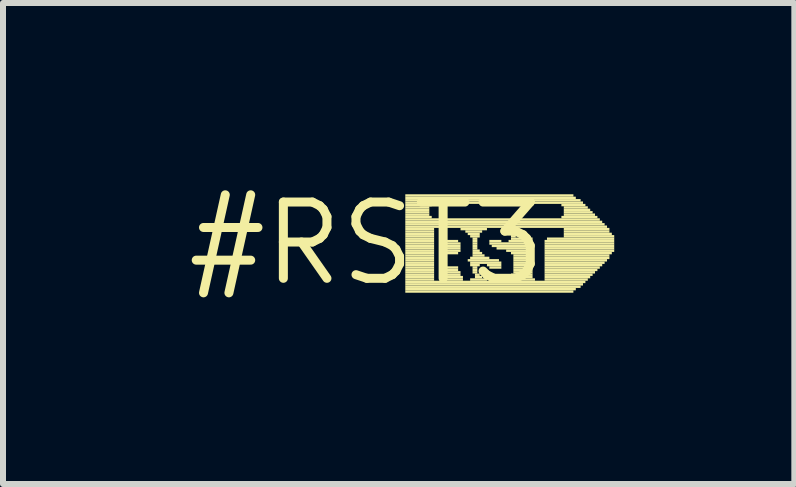
<source format=kicad_pcb>
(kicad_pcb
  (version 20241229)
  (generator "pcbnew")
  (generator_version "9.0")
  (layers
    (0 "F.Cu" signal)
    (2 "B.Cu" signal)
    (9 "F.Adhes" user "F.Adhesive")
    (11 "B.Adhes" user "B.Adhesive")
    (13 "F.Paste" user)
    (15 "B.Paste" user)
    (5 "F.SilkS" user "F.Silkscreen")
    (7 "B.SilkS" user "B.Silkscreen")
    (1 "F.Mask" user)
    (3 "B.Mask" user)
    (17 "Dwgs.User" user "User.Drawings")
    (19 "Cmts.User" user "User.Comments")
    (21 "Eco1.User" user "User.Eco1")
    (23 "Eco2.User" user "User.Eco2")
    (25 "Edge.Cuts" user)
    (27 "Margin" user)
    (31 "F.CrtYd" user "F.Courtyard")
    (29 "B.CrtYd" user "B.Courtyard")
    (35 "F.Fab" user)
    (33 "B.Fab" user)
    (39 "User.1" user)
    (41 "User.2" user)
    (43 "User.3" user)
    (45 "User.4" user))
  (footprint "#RST3"
    (layer "F.Cu")
    (at 3.061 1.006)
    (property "Reference" "#RST3" (at 0 0 0) (layer "F.SilkS") (effects (font (size 1.27 1.27) (thickness 0.15))))
    (attr through_hole)
    (fp_poly (pts (xy 0.64 -0.78) (xy 3.44 -0.78) (xy 3.44 -0.82) (xy 0.64 -0.82)) (stroke (width 0) (type solid)) (fill yes) (layer "F.SilkS"))
    (fp_poly (pts (xy 0.64 -0.74) (xy 3.48 -0.74) (xy 3.48 -0.78) (xy 0.64 -0.78)) (stroke (width 0) (type solid)) (fill yes) (layer "F.SilkS"))
    (fp_poly (pts (xy 0.64 -0.7) (xy 3.56 -0.7) (xy 3.56 -0.74) (xy 0.64 -0.74)) (stroke (width 0) (type solid)) (fill yes) (layer "F.SilkS"))
    (fp_poly (pts (xy 0.64 -0.66) (xy 3.6 -0.66) (xy 3.6 -0.7) (xy 0.64 -0.7)) (stroke (width 0) (type solid)) (fill yes) (layer "F.SilkS"))
    (fp_poly (pts (xy 0.64 -0.62) (xy 1.08 -0.62) (xy 1.08 -0.66) (xy 0.64 -0.66)) (stroke (width 0) (type solid)) (fill yes) (layer "F.SilkS"))
    (fp_poly (pts (xy 0.64 -0.58) (xy 1.04 -0.58) (xy 1.04 -0.62) (xy 0.64 -0.62)) (stroke (width 0) (type solid)) (fill yes) (layer "F.SilkS"))
    (fp_poly (pts (xy 0.64 -0.54) (xy 1.04 -0.54) (xy 1.04 -0.58) (xy 0.64 -0.58)) (stroke (width 0) (type solid)) (fill yes) (layer "F.SilkS"))
    (fp_poly (pts (xy 0.64 -0.5) (xy 1.04 -0.5) (xy 1.04 -0.54) (xy 0.64 -0.54)) (stroke (width 0) (type solid)) (fill yes) (layer "F.SilkS"))
    (fp_poly (pts (xy 0.64 -0.46) (xy 1.04 -0.46) (xy 1.04 -0.5) (xy 0.64 -0.5)) (stroke (width 0) (type solid)) (fill yes) (layer "F.SilkS"))
    (fp_poly (pts (xy 0.64 -0.42) (xy 1.08 -0.42) (xy 1.08 -0.46) (xy 0.64 -0.46)) (stroke (width 0) (type solid)) (fill yes) (layer "F.SilkS"))
    (fp_poly (pts (xy 0.64 -0.38) (xy 3.88 -0.38) (xy 3.88 -0.42) (xy 0.64 -0.42)) (stroke (width 0) (type solid)) (fill yes) (layer "F.SilkS"))
    (fp_poly (pts (xy 0.64 -0.34) (xy 3.92 -0.34) (xy 3.92 -0.38) (xy 0.64 -0.38)) (stroke (width 0) (type solid)) (fill yes) (layer "F.SilkS"))
    (fp_poly (pts (xy 0.64 -0.3) (xy 3.96 -0.3) (xy 3.96 -0.34) (xy 0.64 -0.34)) (stroke (width 0) (type solid)) (fill yes) (layer "F.SilkS"))
    (fp_poly (pts (xy 0.64 -0.26) (xy 4 -0.26) (xy 4 -0.3) (xy 0.64 -0.3)) (stroke (width 0) (type solid)) (fill yes) (layer "F.SilkS"))
    (fp_poly (pts (xy 0.64 -0.22) (xy 1.12 -0.22) (xy 1.12 -0.26) (xy 0.64 -0.26)) (stroke (width 0) (type solid)) (fill yes) (layer "F.SilkS"))
    (fp_poly (pts (xy 0.64 -0.18) (xy 1.12 -0.18) (xy 1.12 -0.22) (xy 0.64 -0.22)) (stroke (width 0) (type solid)) (fill yes) (layer "F.SilkS"))
    (fp_poly (pts (xy 0.64 -0.14) (xy 1.12 -0.14) (xy 1.12 -0.18) (xy 0.64 -0.18)) (stroke (width 0) (type solid)) (fill yes) (layer "F.SilkS"))
    (fp_poly (pts (xy 0.64 -0.1) (xy 1.12 -0.1) (xy 1.12 -0.14) (xy 0.64 -0.14)) (stroke (width 0) (type solid)) (fill yes) (layer "F.SilkS"))
    (fp_poly (pts (xy 0.64 -0.06) (xy 1.12 -0.06) (xy 1.12 -0.1) (xy 0.64 -0.1)) (stroke (width 0) (type solid)) (fill yes) (layer "F.SilkS"))
    (fp_poly (pts (xy 0.64 -0.02) (xy 1.12 -0.02) (xy 1.12 -0.06) (xy 0.64 -0.06)) (stroke (width 0) (type solid)) (fill yes) (layer "F.SilkS"))
    (fp_poly (pts (xy 0.64 0.02) (xy 1.12 0.02) (xy 1.12 -0.02) (xy 0.64 -0.02)) (stroke (width 0) (type solid)) (fill yes) (layer "F.SilkS"))
    (fp_poly (pts (xy 0.64 0.06) (xy 1.12 0.06) (xy 1.12 0.02) (xy 0.64 0.02)) (stroke (width 0) (type solid)) (fill yes) (layer "F.SilkS"))
    (fp_poly (pts (xy 0.64 0.1) (xy 1.12 0.1) (xy 1.12 0.06) (xy 0.64 0.06)) (stroke (width 0) (type solid)) (fill yes) (layer "F.SilkS"))
    (fp_poly (pts (xy 0.64 0.14) (xy 1.12 0.14) (xy 1.12 0.1) (xy 0.64 0.1)) (stroke (width 0) (type solid)) (fill yes) (layer "F.SilkS"))
    (fp_poly (pts (xy 0.64 0.18) (xy 1.12 0.18) (xy 1.12 0.14) (xy 0.64 0.14)) (stroke (width 0) (type solid)) (fill yes) (layer "F.SilkS"))
    (fp_poly (pts (xy 0.64 0.22) (xy 1.12 0.22) (xy 1.12 0.18) (xy 0.64 0.18)) (stroke (width 0) (type solid)) (fill yes) (layer "F.SilkS"))
    (fp_poly (pts (xy 0.64 0.26) (xy 1.12 0.26) (xy 1.12 0.22) (xy 0.64 0.22)) (stroke (width 0) (type solid)) (fill yes) (layer "F.SilkS"))
    (fp_poly (pts (xy 0.64 0.3) (xy 1.12 0.3) (xy 1.12 0.26) (xy 0.64 0.26)) (stroke (width 0) (type solid)) (fill yes) (layer "F.SilkS"))
    (fp_poly (pts (xy 0.64 0.34) (xy 1.12 0.34) (xy 1.12 0.3) (xy 0.64 0.3)) (stroke (width 0) (type solid)) (fill yes) (layer "F.SilkS"))
    (fp_poly (pts (xy 0.64 0.38) (xy 1.12 0.38) (xy 1.12 0.34) (xy 0.64 0.34)) (stroke (width 0) (type solid)) (fill yes) (layer "F.SilkS"))
    (fp_poly (pts (xy 0.64 0.42) (xy 1.12 0.42) (xy 1.12 0.38) (xy 0.64 0.38)) (stroke (width 0) (type solid)) (fill yes) (layer "F.SilkS"))
    (fp_poly (pts (xy 0.64 0.46) (xy 1.12 0.46) (xy 1.12 0.42) (xy 0.64 0.42)) (stroke (width 0) (type solid)) (fill yes) (layer "F.SilkS"))
    (fp_poly (pts (xy 0.64 0.5) (xy 1.12 0.5) (xy 1.12 0.46) (xy 0.64 0.46)) (stroke (width 0) (type solid)) (fill yes) (layer "F.SilkS"))
    (fp_poly (pts (xy 0.64 0.54) (xy 1.12 0.54) (xy 1.12 0.5) (xy 0.64 0.5)) (stroke (width 0) (type solid)) (fill yes) (layer "F.SilkS"))
    (fp_poly (pts (xy 0.64 0.58) (xy 1.12 0.58) (xy 1.12 0.54) (xy 0.64 0.54)) (stroke (width 0) (type solid)) (fill yes) (layer "F.SilkS"))
    (fp_poly (pts (xy 0.64 0.62) (xy 1.12 0.62) (xy 1.12 0.58) (xy 0.64 0.58)) (stroke (width 0) (type solid)) (fill yes) (layer "F.SilkS"))
    (fp_poly (pts (xy 0.64 0.66) (xy 3.64 0.66) (xy 3.64 0.62) (xy 0.64 0.62)) (stroke (width 0) (type solid)) (fill yes) (layer "F.SilkS"))
    (fp_poly (pts (xy 0.64 0.7) (xy 3.6 0.7) (xy 3.6 0.66) (xy 0.64 0.66)) (stroke (width 0) (type solid)) (fill yes) (layer "F.SilkS"))
    (fp_poly (pts (xy 0.64 0.74) (xy 3.56 0.74) (xy 3.56 0.7) (xy 0.64 0.7)) (stroke (width 0) (type solid)) (fill yes) (layer "F.SilkS"))
    (fp_poly (pts (xy 0.64 0.78) (xy 3.48 0.78) (xy 3.48 0.74) (xy 0.64 0.74)) (stroke (width 0) (type solid)) (fill yes) (layer "F.SilkS"))
    (fp_poly (pts (xy 0.64 0.82) (xy 3.44 0.82) (xy 3.44 0.78) (xy 0.64 0.78)) (stroke (width 0) (type solid)) (fill yes) (layer "F.SilkS"))
    (fp_poly (pts (xy 1.28 0.62) (xy 1.6 0.62) (xy 1.6 0.58) (xy 1.28 0.58)) (stroke (width 0) (type solid)) (fill yes) (layer "F.SilkS"))
    (fp_poly (pts (xy 1.32 -0.02) (xy 1.52 -0.02) (xy 1.52 -0.06) (xy 1.32 -0.06)) (stroke (width 0) (type solid)) (fill yes) (layer "F.SilkS"))
    (fp_poly (pts (xy 1.32 0.02) (xy 1.56 0.02) (xy 1.56 -0.02) (xy 1.32 -0.02)) (stroke (width 0) (type solid)) (fill yes) (layer "F.SilkS"))
    (fp_poly (pts (xy 1.32 0.06) (xy 1.56 0.06) (xy 1.56 0.02) (xy 1.32 0.02)) (stroke (width 0) (type solid)) (fill yes) (layer "F.SilkS"))
    (fp_poly (pts (xy 1.32 0.1) (xy 1.56 0.1) (xy 1.56 0.06) (xy 1.32 0.06)) (stroke (width 0) (type solid)) (fill yes) (layer "F.SilkS"))
    (fp_poly (pts (xy 1.32 0.14) (xy 1.56 0.14) (xy 1.56 0.1) (xy 1.32 0.1)) (stroke (width 0) (type solid)) (fill yes) (layer "F.SilkS"))
    (fp_poly (pts (xy 1.32 0.18) (xy 1.52 0.18) (xy 1.52 0.14) (xy 1.32 0.14)) (stroke (width 0) (type solid)) (fill yes) (layer "F.SilkS"))
    (fp_poly (pts (xy 1.32 0.42) (xy 1.52 0.42) (xy 1.52 0.38) (xy 1.32 0.38)) (stroke (width 0) (type solid)) (fill yes) (layer "F.SilkS"))
    (fp_poly (pts (xy 1.32 0.46) (xy 1.52 0.46) (xy 1.52 0.42) (xy 1.32 0.42)) (stroke (width 0) (type solid)) (fill yes) (layer "F.SilkS"))
    (fp_poly (pts (xy 1.32 0.5) (xy 1.56 0.5) (xy 1.56 0.46) (xy 1.32 0.46)) (stroke (width 0) (type solid)) (fill yes) (layer "F.SilkS"))
    (fp_poly (pts (xy 1.32 0.54) (xy 1.56 0.54) (xy 1.56 0.5) (xy 1.32 0.5)) (stroke (width 0) (type solid)) (fill yes) (layer "F.SilkS"))
    (fp_poly (pts (xy 1.32 0.58) (xy 1.6 0.58) (xy 1.6 0.54) (xy 1.32 0.54)) (stroke (width 0) (type solid)) (fill yes) (layer "F.SilkS"))
    (fp_poly (pts (xy 1.56 -0.22) (xy 2 -0.22) (xy 2 -0.26) (xy 1.56 -0.26)) (stroke (width 0) (type solid)) (fill yes) (layer "F.SilkS"))
    (fp_poly (pts (xy 1.64 -0.18) (xy 1.92 -0.18) (xy 1.92 -0.22) (xy 1.64 -0.22)) (stroke (width 0) (type solid)) (fill yes) (layer "F.SilkS"))
    (fp_poly (pts (xy 1.68 -0.14) (xy 1.88 -0.14) (xy 1.88 -0.18) (xy 1.68 -0.18)) (stroke (width 0) (type solid)) (fill yes) (layer "F.SilkS"))
    (fp_poly (pts (xy 1.68 0.3) (xy 2.2 0.3) (xy 2.2 0.26) (xy 1.68 0.26)) (stroke (width 0) (type solid)) (fill yes) (layer "F.SilkS"))
    (fp_poly (pts (xy 1.72 -0.1) (xy 1.88 -0.1) (xy 1.88 -0.14) (xy 1.72 -0.14)) (stroke (width 0) (type solid)) (fill yes) (layer "F.SilkS"))
    (fp_poly (pts (xy 1.72 0.26) (xy 2.04 0.26) (xy 2.04 0.22) (xy 1.72 0.22)) (stroke (width 0) (type solid)) (fill yes) (layer "F.SilkS"))
    (fp_poly (pts (xy 1.72 0.34) (xy 2.24 0.34) (xy 2.24 0.3) (xy 1.72 0.3)) (stroke (width 0) (type solid)) (fill yes) (layer "F.SilkS"))
    (fp_poly (pts (xy 1.72 0.38) (xy 1.88 0.38) (xy 1.88 0.34) (xy 1.72 0.34)) (stroke (width 0) (type solid)) (fill yes) (layer "F.SilkS"))
    (fp_poly (pts (xy 1.72 0.62) (xy 2 0.62) (xy 2 0.58) (xy 1.72 0.58)) (stroke (width 0) (type solid)) (fill yes) (layer "F.SilkS"))
    (fp_poly (pts (xy 1.76 -0.06) (xy 1.84 -0.06) (xy 1.84 -0.1) (xy 1.76 -0.1)) (stroke (width 0) (type solid)) (fill yes) (layer "F.SilkS"))
    (fp_poly (pts (xy 1.76 -0.02) (xy 1.84 -0.02) (xy 1.84 -0.06) (xy 1.76 -0.06)) (stroke (width 0) (type solid)) (fill yes) (layer "F.SilkS"))
    (fp_poly (pts (xy 1.76 0.02) (xy 1.84 0.02) (xy 1.84 -0.02) (xy 1.76 -0.02)) (stroke (width 0) (type solid)) (fill yes) (layer "F.SilkS"))
    (fp_poly (pts (xy 1.76 0.06) (xy 1.84 0.06) (xy 1.84 0.02) (xy 1.76 0.02)) (stroke (width 0) (type solid)) (fill yes) (layer "F.SilkS"))
    (fp_poly (pts (xy 1.76 0.1) (xy 1.84 0.1) (xy 1.84 0.06) (xy 1.76 0.06)) (stroke (width 0) (type solid)) (fill yes) (layer "F.SilkS"))
    (fp_poly (pts (xy 1.76 0.14) (xy 1.88 0.14) (xy 1.88 0.1) (xy 1.76 0.1)) (stroke (width 0) (type solid)) (fill yes) (layer "F.SilkS"))
    (fp_poly (pts (xy 1.76 0.18) (xy 1.92 0.18) (xy 1.92 0.14) (xy 1.76 0.14)) (stroke (width 0) (type solid)) (fill yes) (layer "F.SilkS"))
    (fp_poly (pts (xy 1.76 0.22) (xy 1.96 0.22) (xy 1.96 0.18) (xy 1.76 0.18)) (stroke (width 0) (type solid)) (fill yes) (layer "F.SilkS"))
    (fp_poly (pts (xy 1.76 0.42) (xy 1.84 0.42) (xy 1.84 0.38) (xy 1.76 0.38)) (stroke (width 0) (type solid)) (fill yes) (layer "F.SilkS"))
    (fp_poly (pts (xy 1.76 0.46) (xy 1.84 0.46) (xy 1.84 0.42) (xy 1.76 0.42)) (stroke (width 0) (type solid)) (fill yes) (layer "F.SilkS"))
    (fp_poly (pts (xy 1.76 0.5) (xy 1.84 0.5) (xy 1.84 0.46) (xy 1.76 0.46)) (stroke (width 0) (type solid)) (fill yes) (layer "F.SilkS"))
    (fp_poly (pts (xy 1.8 0.54) (xy 1.88 0.54) (xy 1.88 0.5) (xy 1.8 0.5)) (stroke (width 0) (type solid)) (fill yes) (layer "F.SilkS"))
    (fp_poly (pts (xy 1.8 0.58) (xy 1.92 0.58) (xy 1.92 0.54) (xy 1.8 0.54)) (stroke (width 0) (type solid)) (fill yes) (layer "F.SilkS"))
    (fp_poly (pts (xy 2 0.38) (xy 2.24 0.38) (xy 2.24 0.34) (xy 2 0.34)) (stroke (width 0) (type solid)) (fill yes) (layer "F.SilkS"))
    (fp_poly (pts (xy 2.04 -0.02) (xy 2.24 -0.02) (xy 2.24 -0.06) (xy 2.04 -0.06)) (stroke (width 0) (type solid)) (fill yes) (layer "F.SilkS"))
    (fp_poly (pts (xy 2.04 0.02) (xy 2.76 0.02) (xy 2.76 -0.02) (xy 2.04 -0.02)) (stroke (width 0) (type solid)) (fill yes) (layer "F.SilkS"))
    (fp_poly (pts (xy 2.04 0.42) (xy 2.24 0.42) (xy 2.24 0.38) (xy 2.04 0.38)) (stroke (width 0) (type solid)) (fill yes) (layer "F.SilkS"))
    (fp_poly (pts (xy 2.08 0.06) (xy 2.76 0.06) (xy 2.76 0.02) (xy 2.08 0.02)) (stroke (width 0) (type solid)) (fill yes) (layer "F.SilkS"))
    (fp_poly (pts (xy 2.16 0.1) (xy 2.76 0.1) (xy 2.76 0.06) (xy 2.16 0.06)) (stroke (width 0) (type solid)) (fill yes) (layer "F.SilkS"))
    (fp_poly (pts (xy 2.28 0.62) (xy 2.8 0.62) (xy 2.8 0.58) (xy 2.28 0.58)) (stroke (width 0) (type solid)) (fill yes) (layer "F.SilkS"))
    (fp_poly (pts (xy 2.32 -0.22) (xy 2.48 -0.22) (xy 2.48 -0.26) (xy 2.32 -0.26)) (stroke (width 0) (type solid)) (fill yes) (layer "F.SilkS"))
    (fp_poly (pts (xy 2.32 0.14) (xy 2.76 0.14) (xy 2.76 0.1) (xy 2.32 0.1)) (stroke (width 0) (type solid)) (fill yes) (layer "F.SilkS"))
    (fp_poly (pts (xy 2.36 -0.18) (xy 2.44 -0.18) (xy 2.44 -0.22) (xy 2.36 -0.22)) (stroke (width 0) (type solid)) (fill yes) (layer "F.SilkS"))
    (fp_poly (pts (xy 2.36 -0.02) (xy 2.76 -0.02) (xy 2.76 -0.06) (xy 2.36 -0.06)) (stroke (width 0) (type solid)) (fill yes) (layer "F.SilkS"))
    (fp_poly (pts (xy 2.36 0.58) (xy 2.76 0.58) (xy 2.76 0.54) (xy 2.36 0.54)) (stroke (width 0) (type solid)) (fill yes) (layer "F.SilkS"))
    (fp_poly (pts (xy 2.4 -0.14) (xy 2.44 -0.14) (xy 2.44 -0.18) (xy 2.4 -0.18)) (stroke (width 0) (type solid)) (fill yes) (layer "F.SilkS"))
    (fp_poly (pts (xy 2.4 -0.1) (xy 2.48 -0.1) (xy 2.48 -0.14) (xy 2.4 -0.14)) (stroke (width 0) (type solid)) (fill yes) (layer "F.SilkS"))
    (fp_poly (pts (xy 2.4 -0.06) (xy 2.76 -0.06) (xy 2.76 -0.1) (xy 2.4 -0.1)) (stroke (width 0) (type solid)) (fill yes) (layer "F.SilkS"))
    (fp_poly (pts (xy 2.4 0.18) (xy 2.76 0.18) (xy 2.76 0.14) (xy 2.4 0.14)) (stroke (width 0) (type solid)) (fill yes) (layer "F.SilkS"))
    (fp_poly (pts (xy 2.4 0.54) (xy 2.76 0.54) (xy 2.76 0.5) (xy 2.4 0.5)) (stroke (width 0) (type solid)) (fill yes) (layer "F.SilkS"))
    (fp_poly (pts (xy 2.44 0.22) (xy 2.76 0.22) (xy 2.76 0.18) (xy 2.44 0.18)) (stroke (width 0) (type solid)) (fill yes) (layer "F.SilkS"))
    (fp_poly (pts (xy 2.44 0.26) (xy 2.76 0.26) (xy 2.76 0.22) (xy 2.44 0.22)) (stroke (width 0) (type solid)) (fill yes) (layer "F.SilkS"))
    (fp_poly (pts (xy 2.44 0.3) (xy 2.76 0.3) (xy 2.76 0.26) (xy 2.44 0.26)) (stroke (width 0) (type solid)) (fill yes) (layer "F.SilkS"))
    (fp_poly (pts (xy 2.44 0.34) (xy 2.76 0.34) (xy 2.76 0.3) (xy 2.44 0.3)) (stroke (width 0) (type solid)) (fill yes) (layer "F.SilkS"))
    (fp_poly (pts (xy 2.44 0.38) (xy 2.76 0.38) (xy 2.76 0.34) (xy 2.44 0.34)) (stroke (width 0) (type solid)) (fill yes) (layer "F.SilkS"))
    (fp_poly (pts (xy 2.44 0.42) (xy 2.76 0.42) (xy 2.76 0.38) (xy 2.44 0.38)) (stroke (width 0) (type solid)) (fill yes) (layer "F.SilkS"))
    (fp_poly (pts (xy 2.44 0.46) (xy 2.76 0.46) (xy 2.76 0.42) (xy 2.44 0.42)) (stroke (width 0) (type solid)) (fill yes) (layer "F.SilkS"))
    (fp_poly (pts (xy 2.44 0.5) (xy 2.76 0.5) (xy 2.76 0.46) (xy 2.44 0.46)) (stroke (width 0) (type solid)) (fill yes) (layer "F.SilkS"))
    (fp_poly (pts (xy 2.96 -0.02) (xy 4.12 -0.02) (xy 4.12 -0.06) (xy 2.96 -0.06)) (stroke (width 0) (type solid)) (fill yes) (layer "F.SilkS"))
    (fp_poly (pts (xy 2.96 0.02) (xy 4.12 0.02) (xy 4.12 -0.02) (xy 2.96 -0.02)) (stroke (width 0) (type solid)) (fill yes) (layer "F.SilkS"))
    (fp_poly (pts (xy 2.96 0.06) (xy 4.12 0.06) (xy 4.12 0.02) (xy 2.96 0.02)) (stroke (width 0) (type solid)) (fill yes) (layer "F.SilkS"))
    (fp_poly (pts (xy 2.96 0.1) (xy 4.12 0.1) (xy 4.12 0.06) (xy 2.96 0.06)) (stroke (width 0) (type solid)) (fill yes) (layer "F.SilkS"))
    (fp_poly (pts (xy 2.96 0.14) (xy 4.12 0.14) (xy 4.12 0.1) (xy 2.96 0.1)) (stroke (width 0) (type solid)) (fill yes) (layer "F.SilkS"))
    (fp_poly (pts (xy 2.96 0.18) (xy 4.08 0.18) (xy 4.08 0.14) (xy 2.96 0.14)) (stroke (width 0) (type solid)) (fill yes) (layer "F.SilkS"))
    (fp_poly (pts (xy 2.96 0.22) (xy 4.04 0.22) (xy 4.04 0.18) (xy 2.96 0.18)) (stroke (width 0) (type solid)) (fill yes) (layer "F.SilkS"))
    (fp_poly (pts (xy 2.96 0.26) (xy 4.04 0.26) (xy 4.04 0.22) (xy 2.96 0.22)) (stroke (width 0) (type solid)) (fill yes) (layer "F.SilkS"))
    (fp_poly (pts (xy 2.96 0.3) (xy 4 0.3) (xy 4 0.26) (xy 2.96 0.26)) (stroke (width 0) (type solid)) (fill yes) (layer "F.SilkS"))
    (fp_poly (pts (xy 2.96 0.34) (xy 3.96 0.34) (xy 3.96 0.3) (xy 2.96 0.3)) (stroke (width 0) (type solid)) (fill yes) (layer "F.SilkS"))
    (fp_poly (pts (xy 2.96 0.38) (xy 3.92 0.38) (xy 3.92 0.34) (xy 2.96 0.34)) (stroke (width 0) (type solid)) (fill yes) (layer "F.SilkS"))
    (fp_poly (pts (xy 2.96 0.42) (xy 3.88 0.42) (xy 3.88 0.38) (xy 2.96 0.38)) (stroke (width 0) (type solid)) (fill yes) (layer "F.SilkS"))
    (fp_poly (pts (xy 2.96 0.46) (xy 3.84 0.46) (xy 3.84 0.42) (xy 2.96 0.42)) (stroke (width 0) (type solid)) (fill yes) (layer "F.SilkS"))
    (fp_poly (pts (xy 2.96 0.5) (xy 3.8 0.5) (xy 3.8 0.46) (xy 2.96 0.46)) (stroke (width 0) (type solid)) (fill yes) (layer "F.SilkS"))
    (fp_poly (pts (xy 2.96 0.54) (xy 3.76 0.54) (xy 3.76 0.5) (xy 2.96 0.5)) (stroke (width 0) (type solid)) (fill yes) (layer "F.SilkS"))
    (fp_poly (pts (xy 2.96 0.58) (xy 3.72 0.58) (xy 3.72 0.54) (xy 2.96 0.54)) (stroke (width 0) (type solid)) (fill yes) (layer "F.SilkS"))
    (fp_poly (pts (xy 2.96 0.62) (xy 3.68 0.62) (xy 3.68 0.58) (xy 2.96 0.58)) (stroke (width 0) (type solid)) (fill yes) (layer "F.SilkS"))
    (fp_poly (pts (xy 3 -0.06) (xy 4.12 -0.06) (xy 4.12 -0.1) (xy 3 -0.1)) (stroke (width 0) (type solid)) (fill yes) (layer "F.SilkS"))
    (fp_poly (pts (xy 3.24 -0.62) (xy 3.64 -0.62) (xy 3.64 -0.66) (xy 3.24 -0.66)) (stroke (width 0) (type solid)) (fill yes) (layer "F.SilkS"))
    (fp_poly (pts (xy 3.24 -0.42) (xy 3.84 -0.42) (xy 3.84 -0.46) (xy 3.24 -0.46)) (stroke (width 0) (type solid)) (fill yes) (layer "F.SilkS"))
    (fp_poly (pts (xy 3.28 -0.58) (xy 3.68 -0.58) (xy 3.68 -0.62) (xy 3.28 -0.62)) (stroke (width 0) (type solid)) (fill yes) (layer "F.SilkS"))
    (fp_poly (pts (xy 3.28 -0.54) (xy 3.72 -0.54) (xy 3.72 -0.58) (xy 3.28 -0.58)) (stroke (width 0) (type solid)) (fill yes) (layer "F.SilkS"))
    (fp_poly (pts (xy 3.28 -0.5) (xy 3.76 -0.5) (xy 3.76 -0.54) (xy 3.28 -0.54)) (stroke (width 0) (type solid)) (fill yes) (layer "F.SilkS"))
    (fp_poly (pts (xy 3.28 -0.46) (xy 3.8 -0.46) (xy 3.8 -0.5) (xy 3.28 -0.5)) (stroke (width 0) (type solid)) (fill yes) (layer "F.SilkS"))
    (fp_poly (pts (xy 3.28 -0.22) (xy 4.04 -0.22) (xy 4.04 -0.26) (xy 3.28 -0.26)) (stroke (width 0) (type solid)) (fill yes) (layer "F.SilkS"))
    (fp_poly (pts (xy 3.28 -0.18) (xy 4.04 -0.18) (xy 4.04 -0.22) (xy 3.28 -0.22)) (stroke (width 0) (type solid)) (fill yes) (layer "F.SilkS"))
    (fp_poly (pts (xy 3.28 -0.14) (xy 4.08 -0.14) (xy 4.08 -0.18) (xy 3.28 -0.18)) (stroke (width 0) (type solid)) (fill yes) (layer "F.SilkS"))
    (fp_poly (pts (xy 3.28 -0.1) (xy 4.12 -0.1) (xy 4.12 -0.14) (xy 3.28 -0.14)) (stroke (width 0) (type solid)) (fill yes) (layer "F.SilkS")))
  (gr_rect
    (start -3 -3)
    (end 10.181 5.012)
    (stroke (width 0.1) (type default))
    (fill no)
    (layer "Edge.Cuts")))
</source>
